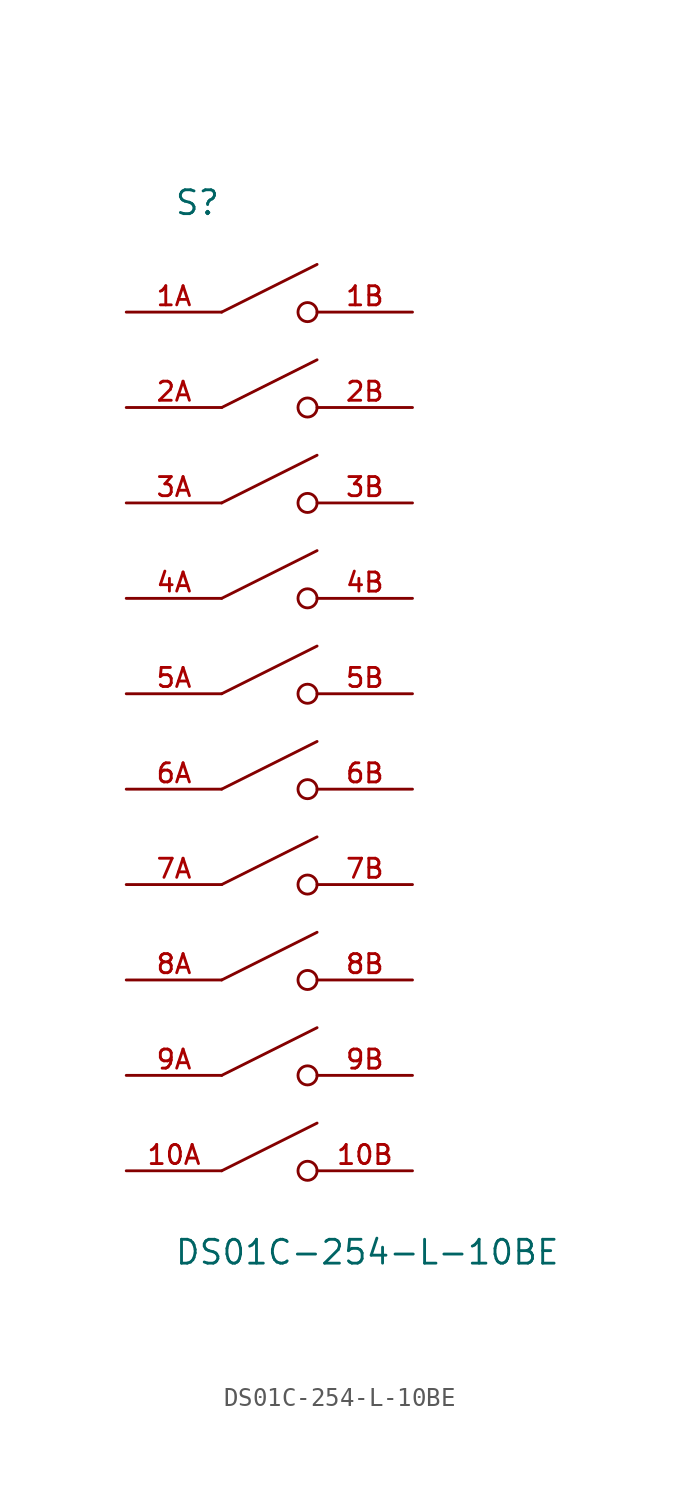
<source format=kicad_sym>
(kicad_symbol_lib
  (version 20211014)
  (generator kicad_symbol_editor)
  (symbol "DS01C-254-L-10BE"
    (pin_names
      (offset 1.016))
    (property "Reference" "S"
      (at -5.08 27.94 0)
      (effects (font (size 1.27 1.27)) (justify bottom left)))
    (property "Value" "DS01C-254-L-10BE"
      (at -5.08 -27.94 0)
      (effects (font (size 1.27 1.27)) (justify bottom left)))
    (symbol "DS01C-254-L-10BE_0_0"
      (polyline (pts (xy -2.54 22.86) (xy 2.54 25.4)) (stroke (width 0.152)))
      (circle (center 2.032 22.86) (radius 0.508) (stroke (width 0.152)) (fill (type none)))
      (polyline (pts (xy -2.54 17.78) (xy 2.54 20.32)) (stroke (width 0.152)))
      (circle (center 2.032 17.78) (radius 0.508) (stroke (width 0.152)) (fill (type none)))
      (polyline (pts (xy -2.54 12.7) (xy 2.54 15.24)) (stroke (width 0.152)))
      (circle (center 2.032 12.7) (radius 0.508) (stroke (width 0.152)) (fill (type none)))
      (polyline (pts (xy -2.54 7.62) (xy 2.54 10.16)) (stroke (width 0.152)))
      (circle (center 2.032 7.62) (radius 0.508) (stroke (width 0.152)) (fill (type none)))
      (polyline (pts (xy -2.54 2.54) (xy 2.54 5.08)) (stroke (width 0.152)))
      (circle (center 2.032 2.54) (radius 0.508) (stroke (width 0.152)) (fill (type none)))
      (polyline (pts (xy -2.54 -2.54) (xy 2.54 0.0)) (stroke (width 0.152)))
      (circle (center 2.032 -2.54) (radius 0.508) (stroke (width 0.152)) (fill (type none)))
      (polyline (pts (xy -2.54 -7.62) (xy 2.54 -5.08)) (stroke (width 0.152)))
      (circle (center 2.032 -7.62) (radius 0.508) (stroke (width 0.152)) (fill (type none)))
      (polyline (pts (xy -2.54 -12.7) (xy 2.54 -10.16)) (stroke (width 0.152)))
      (circle (center 2.032 -12.7) (radius 0.508) (stroke (width 0.152)) (fill (type none)))
      (polyline (pts (xy -2.54 -17.78) (xy 2.54 -15.24)) (stroke (width 0.152)))
      (circle (center 2.032 -17.78) (radius 0.508) (stroke (width 0.152)) (fill (type none)))
      (polyline (pts (xy -2.54 -22.86) (xy 2.54 -20.32)) (stroke (width 0.152)))
      (circle (center 2.032 -22.86) (radius 0.508) (stroke (width 0.152)) (fill (type none)))
      (pin passive line (at -7.62 22.86 0) (length 5.08) (name "~" (effects (font (size 1.016 1.016)))) (number "1A" (effects (font (size 1.016 1.016)))))
      (pin passive line (at 7.62 22.86 180.0) (length 5.08) (name "~" (effects (font (size 1.016 1.016)))) (number "1B" (effects (font (size 1.016 1.016)))))
      (pin passive line (at -7.62 17.78 0) (length 5.08) (name "~" (effects (font (size 1.016 1.016)))) (number "2A" (effects (font (size 1.016 1.016)))))
      (pin passive line (at -7.62 12.7 0) (length 5.08) (name "~" (effects (font (size 1.016 1.016)))) (number "3A" (effects (font (size 1.016 1.016)))))
      (pin passive line (at 7.62 17.78 180.0) (length 5.08) (name "~" (effects (font (size 1.016 1.016)))) (number "2B" (effects (font (size 1.016 1.016)))))
      (pin passive line (at 7.62 12.7 180.0) (length 5.08) (name "~" (effects (font (size 1.016 1.016)))) (number "3B" (effects (font (size 1.016 1.016)))))
      (pin passive line (at -7.62 7.62 0) (length 5.08) (name "~" (effects (font (size 1.016 1.016)))) (number "4A" (effects (font (size 1.016 1.016)))))
      (pin passive line (at 7.62 7.62 180.0) (length 5.08) (name "~" (effects (font (size 1.016 1.016)))) (number "4B" (effects (font (size 1.016 1.016)))))
      (pin passive line (at -7.62 2.54 0) (length 5.08) (name "~" (effects (font (size 1.016 1.016)))) (number "5A" (effects (font (size 1.016 1.016)))))
      (pin passive line (at 7.62 2.54 180.0) (length 5.08) (name "~" (effects (font (size 1.016 1.016)))) (number "5B" (effects (font (size 1.016 1.016)))))
      (pin passive line (at -7.62 -2.54 0) (length 5.08) (name "~" (effects (font (size 1.016 1.016)))) (number "6A" (effects (font (size 1.016 1.016)))))
      (pin passive line (at 7.62 -2.54 180.0) (length 5.08) (name "~" (effects (font (size 1.016 1.016)))) (number "6B" (effects (font (size 1.016 1.016)))))
      (pin passive line (at -7.62 -7.62 0) (length 5.08) (name "~" (effects (font (size 1.016 1.016)))) (number "7A" (effects (font (size 1.016 1.016)))))
      (pin passive line (at 7.62 -7.62 180.0) (length 5.08) (name "~" (effects (font (size 1.016 1.016)))) (number "7B" (effects (font (size 1.016 1.016)))))
      (pin passive line (at -7.62 -12.7 0) (length 5.08) (name "~" (effects (font (size 1.016 1.016)))) (number "8A" (effects (font (size 1.016 1.016)))))
      (pin passive line (at 7.62 -12.7 180.0) (length 5.08) (name "~" (effects (font (size 1.016 1.016)))) (number "8B" (effects (font (size 1.016 1.016)))))
      (pin passive line (at -7.62 -17.78 0) (length 5.08) (name "~" (effects (font (size 1.016 1.016)))) (number "9A" (effects (font (size 1.016 1.016)))))
      (pin passive line (at 7.62 -17.78 180.0) (length 5.08) (name "~" (effects (font (size 1.016 1.016)))) (number "9B" (effects (font (size 1.016 1.016)))))
      (pin passive line (at -7.62 -22.86 0) (length 5.08) (name "~" (effects (font (size 1.016 1.016)))) (number "10A" (effects (font (size 1.016 1.016)))))
      (pin passive line (at 7.62 -22.86 180.0) (length 5.08) (name "~" (effects (font (size 1.016 1.016)))) (number "10B" (effects (font (size 1.016 1.016))))))))
</source>
